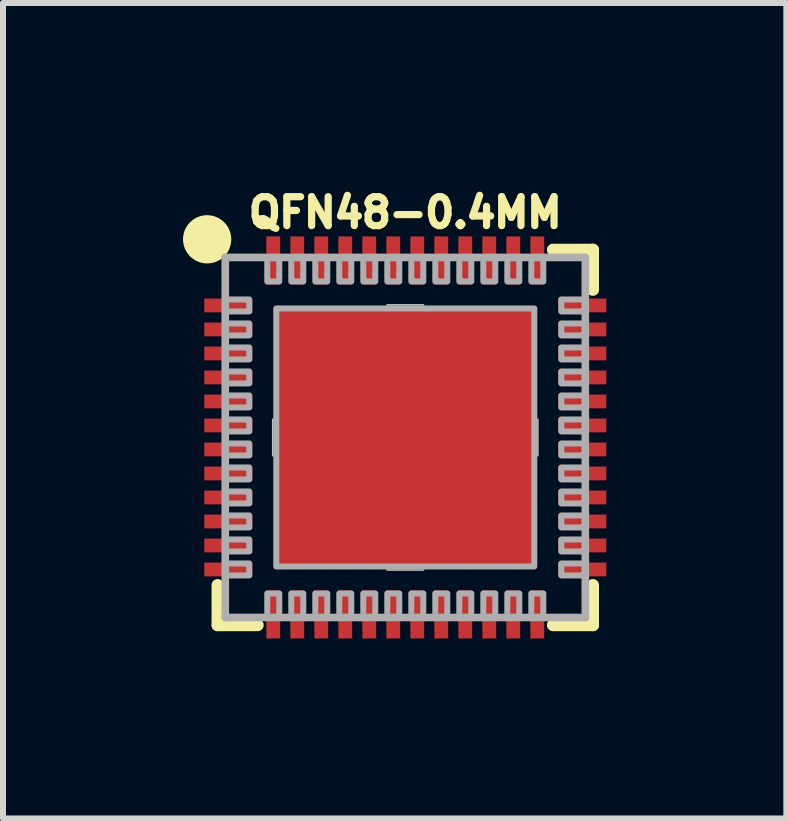
<source format=kicad_pcb>
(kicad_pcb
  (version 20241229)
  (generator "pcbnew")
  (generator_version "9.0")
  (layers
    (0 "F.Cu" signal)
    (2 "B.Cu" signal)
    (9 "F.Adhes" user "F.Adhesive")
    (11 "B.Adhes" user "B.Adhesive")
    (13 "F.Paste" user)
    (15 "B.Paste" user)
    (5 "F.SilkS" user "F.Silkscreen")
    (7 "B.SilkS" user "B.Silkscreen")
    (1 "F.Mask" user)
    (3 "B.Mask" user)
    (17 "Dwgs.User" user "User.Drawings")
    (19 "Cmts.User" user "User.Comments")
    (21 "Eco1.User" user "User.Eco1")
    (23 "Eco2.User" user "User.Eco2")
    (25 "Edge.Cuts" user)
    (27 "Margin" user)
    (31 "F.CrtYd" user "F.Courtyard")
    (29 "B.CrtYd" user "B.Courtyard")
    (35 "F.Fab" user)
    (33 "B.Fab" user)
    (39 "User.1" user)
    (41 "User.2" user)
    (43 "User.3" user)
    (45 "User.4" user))
  (footprint "QFN48-0.4MM"
    (layer "F.Cu")
    (at 3.704 4.24)
    (property "Reference" "QFN48-0.4MM" (at 0 -3.747 0) (layer "F.SilkS") (effects (font (size 0.482 0.482) (thickness 0.15))))
    (attr through_hole)
    (fp_line (start -3.127 2.461) (end -3.127 3.127) (stroke (width 0.203) (type solid)) (layer "F.SilkS"))
    (fp_line (start -3.127 3.127) (end -2.461 3.127) (stroke (width 0.203) (type solid)) (layer "F.SilkS"))
    (fp_line (start 2.461 3.127) (end 3.127 3.127) (stroke (width 0.203) (type solid)) (layer "F.SilkS"))
    (fp_line (start 3.127 -3.127) (end 2.461 -3.127) (stroke (width 0.203) (type solid)) (layer "F.SilkS"))
    (fp_line (start 3.127 -2.461) (end 3.127 -3.127) (stroke (width 0.203) (type solid)) (layer "F.SilkS"))
    (fp_line (start 3.127 3.127) (end 3.127 2.461) (stroke (width 0.203) (type solid)) (layer "F.SilkS"))
    (fp_circle (center -3.302 -3.302) (end -2.9 -3.302) (stroke (width 0) (type solid)) (fill yes) (layer "F.SilkS"))
    (fp_poly (pts (xy -1.84 -1.835) (xy -0.315 -1.835) (xy -0.315 -0.316) (xy -1.84 -0.316)) (stroke (width 0.01) (type solid)) (fill yes) (layer "F.Paste"))
    (fp_poly (pts (xy -1.839 0.315) (xy -0.315 0.315) (xy -0.315 1.839) (xy -1.839 1.839)) (stroke (width 0.01) (type solid)) (fill yes) (layer "F.Paste"))
    (fp_poly (pts (xy 0.315 -1.835) (xy 1.835 -1.835) (xy 1.835 -0.315) (xy 0.315 -0.315)) (stroke (width 0.01) (type solid)) (fill yes) (layer "F.Paste"))
    (fp_poly (pts (xy 0.315 0.315) (xy 1.835 0.315) (xy 1.835 1.839) (xy 0.315 1.839)) (stroke (width 0.01) (type solid)) (fill yes) (layer "F.Paste"))
    (fp_line (start -2.21 0.305) (end -2.21 -0.305) (stroke (width 0.025) (type solid)) (layer "Dwgs.User"))
    (fp_line (start -0.305 -2.21) (end 0.305 -2.21) (stroke (width 0.025) (type solid)) (layer "Dwgs.User"))
    (fp_line (start 0.305 2.21) (end -0.305 2.21) (stroke (width 0.025) (type solid)) (layer "Dwgs.User"))
    (fp_line (start 2.21 -0.305) (end 2.21 0.305) (stroke (width 0.025) (type solid)) (layer "Dwgs.User"))
    (fp_line (start -3 -3) (end -3 3) (stroke (width 0.127) (type solid)) (layer "F.Fab"))
    (fp_line (start -3 3) (end 3 3) (stroke (width 0.127) (type solid)) (layer "F.Fab"))
    (fp_line (start 3 -3) (end -3 -3) (stroke (width 0.127) (type solid)) (layer "F.Fab"))
    (fp_line (start 3 3) (end 3 -3) (stroke (width 0.127) (type solid)) (layer "F.Fab"))
    (fp_poly (pts (xy -3 -2.1) (xy -2.6 -2.1) (xy -2.6 -2.3) (xy -3 -2.3)) (stroke (width 0.1) (type solid)) (fill no) (layer "F.Fab"))
    (fp_poly (pts (xy -3 -1.7) (xy -2.6 -1.7) (xy -2.6 -1.9) (xy -3 -1.9)) (stroke (width 0.1) (type solid)) (fill no) (layer "F.Fab"))
    (fp_poly (pts (xy -3 -1.3) (xy -2.6 -1.3) (xy -2.6 -1.5) (xy -3 -1.5)) (stroke (width 0.1) (type solid)) (fill no) (layer "F.Fab"))
    (fp_poly (pts (xy -3 -0.9) (xy -2.6 -0.9) (xy -2.6 -1.1) (xy -3 -1.1)) (stroke (width 0.1) (type solid)) (fill no) (layer "F.Fab"))
    (fp_poly (pts (xy -3 -0.5) (xy -2.6 -0.5) (xy -2.6 -0.7) (xy -3 -0.7)) (stroke (width 0.1) (type solid)) (fill no) (layer "F.Fab"))
    (fp_poly (pts (xy -3 -0.1) (xy -2.6 -0.1) (xy -2.6 -0.3) (xy -3 -0.3)) (stroke (width 0.1) (type solid)) (fill no) (layer "F.Fab"))
    (fp_poly (pts (xy -3 0.3) (xy -2.6 0.3) (xy -2.6 0.1) (xy -3 0.1)) (stroke (width 0.1) (type solid)) (fill no) (layer "F.Fab"))
    (fp_poly (pts (xy -3 0.7) (xy -2.6 0.7) (xy -2.6 0.5) (xy -3 0.5)) (stroke (width 0.1) (type solid)) (fill no) (layer "F.Fab"))
    (fp_poly (pts (xy -3 1.1) (xy -2.6 1.1) (xy -2.6 0.9) (xy -3 0.9)) (stroke (width 0.1) (type solid)) (fill no) (layer "F.Fab"))
    (fp_poly (pts (xy -3 1.5) (xy -2.6 1.5) (xy -2.6 1.3) (xy -3 1.3)) (stroke (width 0.1) (type solid)) (fill no) (layer "F.Fab"))
    (fp_poly (pts (xy -3 1.9) (xy -2.6 1.9) (xy -2.6 1.7) (xy -3 1.7)) (stroke (width 0.1) (type solid)) (fill no) (layer "F.Fab"))
    (fp_poly (pts (xy -3 2.3) (xy -2.6 2.3) (xy -2.6 2.1) (xy -3 2.1)) (stroke (width 0.1) (type solid)) (fill no) (layer "F.Fab"))
    (fp_poly (pts (xy -2.3 -3) (xy -2.3 -2.6) (xy -2.1 -2.6) (xy -2.1 -3)) (stroke (width 0.1) (type solid)) (fill no) (layer "F.Fab"))
    (fp_poly (pts (xy -2.1 3) (xy -2.1 2.6) (xy -2.3 2.6) (xy -2.3 3)) (stroke (width 0.1) (type solid)) (fill no) (layer "F.Fab"))
    (fp_poly (pts (xy -1.9 -3) (xy -1.9 -2.6) (xy -1.7 -2.6) (xy -1.7 -3)) (stroke (width 0.1) (type solid)) (fill no) (layer "F.Fab"))
    (fp_poly (pts (xy -1.7 3) (xy -1.7 2.6) (xy -1.9 2.6) (xy -1.9 3)) (stroke (width 0.1) (type solid)) (fill no) (layer "F.Fab"))
    (fp_poly (pts (xy -1.5 -3) (xy -1.5 -2.6) (xy -1.3 -2.6) (xy -1.3 -3)) (stroke (width 0.1) (type solid)) (fill no) (layer "F.Fab"))
    (fp_poly (pts (xy -1.3 3) (xy -1.3 2.6) (xy -1.5 2.6) (xy -1.5 3)) (stroke (width 0.1) (type solid)) (fill no) (layer "F.Fab"))
    (fp_poly (pts (xy -1.1 -3) (xy -1.1 -2.6) (xy -0.9 -2.6) (xy -0.9 -3)) (stroke (width 0.1) (type solid)) (fill no) (layer "F.Fab"))
    (fp_poly (pts (xy -0.9 3) (xy -0.9 2.6) (xy -1.1 2.6) (xy -1.1 3)) (stroke (width 0.1) (type solid)) (fill no) (layer "F.Fab"))
    (fp_poly (pts (xy -0.7 -3) (xy -0.7 -2.6) (xy -0.5 -2.6) (xy -0.5 -3)) (stroke (width 0.1) (type solid)) (fill no) (layer "F.Fab"))
    (fp_poly (pts (xy -0.5 3) (xy -0.5 2.6) (xy -0.7 2.6) (xy -0.7 3)) (stroke (width 0.1) (type solid)) (fill no) (layer "F.Fab"))
    (fp_poly (pts (xy -0.3 -3) (xy -0.3 -2.6) (xy -0.1 -2.6) (xy -0.1 -3)) (stroke (width 0.1) (type solid)) (fill no) (layer "F.Fab"))
    (fp_poly (pts (xy -0.1 3) (xy -0.1 2.6) (xy -0.3 2.6) (xy -0.3 3)) (stroke (width 0.1) (type solid)) (fill no) (layer "F.Fab"))
    (fp_poly (pts (xy 0.1 -3) (xy 0.1 -2.6) (xy 0.3 -2.6) (xy 0.3 -3)) (stroke (width 0.1) (type solid)) (fill no) (layer "F.Fab"))
    (fp_poly (pts (xy 0.3 3) (xy 0.3 2.6) (xy 0.1 2.6) (xy 0.1 3)) (stroke (width 0.1) (type solid)) (fill no) (layer "F.Fab"))
    (fp_poly (pts (xy 0.5 -3) (xy 0.5 -2.6) (xy 0.7 -2.6) (xy 0.7 -3)) (stroke (width 0.1) (type solid)) (fill no) (layer "F.Fab"))
    (fp_poly (pts (xy 0.7 3) (xy 0.7 2.6) (xy 0.5 2.6) (xy 0.5 3)) (stroke (width 0.1) (type solid)) (fill no) (layer "F.Fab"))
    (fp_poly (pts (xy 0.9 -3) (xy 0.9 -2.6) (xy 1.1 -2.6) (xy 1.1 -3)) (stroke (width 0.1) (type solid)) (fill no) (layer "F.Fab"))
    (fp_poly (pts (xy 1.1 3) (xy 1.1 2.6) (xy 0.9 2.6) (xy 0.9 3)) (stroke (width 0.1) (type solid)) (fill no) (layer "F.Fab"))
    (fp_poly (pts (xy 1.3 -3) (xy 1.3 -2.6) (xy 1.5 -2.6) (xy 1.5 -3)) (stroke (width 0.1) (type solid)) (fill no) (layer "F.Fab"))
    (fp_poly (pts (xy 1.5 3) (xy 1.5 2.6) (xy 1.3 2.6) (xy 1.3 3)) (stroke (width 0.1) (type solid)) (fill no) (layer "F.Fab"))
    (fp_poly (pts (xy 1.7 -3) (xy 1.7 -2.6) (xy 1.9 -2.6) (xy 1.9 -3)) (stroke (width 0.1) (type solid)) (fill no) (layer "F.Fab"))
    (fp_poly (pts (xy 1.9 3) (xy 1.9 2.6) (xy 1.7 2.6) (xy 1.7 3)) (stroke (width 0.1) (type solid)) (fill no) (layer "F.Fab"))
    (fp_poly (pts (xy 2.1 -3) (xy 2.1 -2.6) (xy 2.3 -2.6) (xy 2.3 -3)) (stroke (width 0.1) (type solid)) (fill no) (layer "F.Fab"))
    (fp_poly (pts (xy 2.15 -2.15) (xy -2.15 -2.15) (xy -2.15 2.15) (xy 2.15 2.15)) (stroke (width 0.1) (type solid)) (fill no) (layer "F.Fab"))
    (fp_poly (pts (xy 2.3 3) (xy 2.3 2.6) (xy 2.1 2.6) (xy 2.1 3)) (stroke (width 0.1) (type solid)) (fill no) (layer "F.Fab"))
    (fp_poly (pts (xy 3 -2.3) (xy 2.6 -2.3) (xy 2.6 -2.1) (xy 3 -2.1)) (stroke (width 0.1) (type solid)) (fill no) (layer "F.Fab"))
    (fp_poly (pts (xy 3 -1.9) (xy 2.6 -1.9) (xy 2.6 -1.7) (xy 3 -1.7)) (stroke (width 0.1) (type solid)) (fill no) (layer "F.Fab"))
    (fp_poly (pts (xy 3 -1.5) (xy 2.6 -1.5) (xy 2.6 -1.3) (xy 3 -1.3)) (stroke (width 0.1) (type solid)) (fill no) (layer "F.Fab"))
    (fp_poly (pts (xy 3 -1.1) (xy 2.6 -1.1) (xy 2.6 -0.9) (xy 3 -0.9)) (stroke (width 0.1) (type solid)) (fill no) (layer "F.Fab"))
    (fp_poly (pts (xy 3 -0.7) (xy 2.6 -0.7) (xy 2.6 -0.5) (xy 3 -0.5)) (stroke (width 0.1) (type solid)) (fill no) (layer "F.Fab"))
    (fp_poly (pts (xy 3 -0.3) (xy 2.6 -0.3) (xy 2.6 -0.1) (xy 3 -0.1)) (stroke (width 0.1) (type solid)) (fill no) (layer "F.Fab"))
    (fp_poly (pts (xy 3 0.1) (xy 2.6 0.1) (xy 2.6 0.3) (xy 3 0.3)) (stroke (width 0.1) (type solid)) (fill no) (layer "F.Fab"))
    (fp_poly (pts (xy 3 0.5) (xy 2.6 0.5) (xy 2.6 0.7) (xy 3 0.7)) (stroke (width 0.1) (type solid)) (fill no) (layer "F.Fab"))
    (fp_poly (pts (xy 3 0.9) (xy 2.6 0.9) (xy 2.6 1.1) (xy 3 1.1)) (stroke (width 0.1) (type solid)) (fill no) (layer "F.Fab"))
    (fp_poly (pts (xy 3 1.3) (xy 2.6 1.3) (xy 2.6 1.5) (xy 3 1.5)) (stroke (width 0.1) (type solid)) (fill no) (layer "F.Fab"))
    (fp_poly (pts (xy 3 1.7) (xy 2.6 1.7) (xy 2.6 1.9) (xy 3 1.9)) (stroke (width 0.1) (type solid)) (fill no) (layer "F.Fab"))
    (fp_poly (pts (xy 3 2.1) (xy 2.6 2.1) (xy 2.6 2.3) (xy 3 2.3)) (stroke (width 0.1) (type solid)) (fill no) (layer "F.Fab"))
    (pad "1" smd rect (at -2.95 -2.2 270) (size 0.23 0.8) (layers "F.Cu" "F.Mask" "F.Paste"))
    (pad "2" smd rect (at -2.95 -1.8 270) (size 0.23 0.8) (layers "F.Cu" "F.Mask" "F.Paste"))
    (pad "3" smd rect (at -2.95 -1.4 270) (size 0.23 0.8) (layers "F.Cu" "F.Mask" "F.Paste"))
    (pad "4" smd rect (at -2.95 -1 270) (size 0.23 0.8) (layers "F.Cu" "F.Mask" "F.Paste"))
    (pad "5" smd rect (at -2.95 -0.6 270) (size 0.23 0.8) (layers "F.Cu" "F.Mask" "F.Paste"))
    (pad "6" smd rect (at -2.95 -0.2 270) (size 0.23 0.8) (layers "F.Cu" "F.Mask" "F.Paste"))
    (pad "7" smd rect (at -2.95 0.2 270) (size 0.23 0.8) (layers "F.Cu" "F.Mask" "F.Paste"))
    (pad "8" smd rect (at -2.95 0.6 270) (size 0.23 0.8) (layers "F.Cu" "F.Mask" "F.Paste"))
    (pad "9" smd rect (at -2.95 1 270) (size 0.23 0.8) (layers "F.Cu" "F.Mask" "F.Paste"))
    (pad "10" smd rect (at -2.95 1.4 270) (size 0.23 0.8) (layers "F.Cu" "F.Mask" "F.Paste"))
    (pad "11" smd rect (at -2.95 1.8 270) (size 0.23 0.8) (layers "F.Cu" "F.Mask" "F.Paste"))
    (pad "12" smd rect (at -2.95 2.2 270) (size 0.23 0.8) (layers "F.Cu" "F.Mask" "F.Paste"))
    (pad "13" smd rect (at -2.2 2.95) (size 0.23 0.8) (layers "F.Cu" "F.Mask" "F.Paste"))
    (pad "14" smd rect (at -1.8 2.95) (size 0.23 0.8) (layers "F.Cu" "F.Mask" "F.Paste"))
    (pad "15" smd rect (at -1.4 2.95) (size 0.23 0.8) (layers "F.Cu" "F.Mask" "F.Paste"))
    (pad "16" smd rect (at -1 2.95) (size 0.23 0.8) (layers "F.Cu" "F.Mask" "F.Paste"))
    (pad "17" smd rect (at -0.6 2.95) (size 0.23 0.8) (layers "F.Cu" "F.Mask" "F.Paste"))
    (pad "18" smd rect (at -0.2 2.95) (size 0.23 0.8) (layers "F.Cu" "F.Mask" "F.Paste"))
    (pad "19" smd rect (at 0.2 2.95) (size 0.23 0.8) (layers "F.Cu" "F.Mask" "F.Paste"))
    (pad "20" smd rect (at 0.6 2.95) (size 0.23 0.8) (layers "F.Cu" "F.Mask" "F.Paste"))
    (pad "21" smd rect (at 1 2.95) (size 0.23 0.8) (layers "F.Cu" "F.Mask" "F.Paste"))
    (pad "22" smd rect (at 1.4 2.95) (size 0.23 0.8) (layers "F.Cu" "F.Mask" "F.Paste"))
    (pad "23" smd rect (at 1.8 2.95) (size 0.23 0.8) (layers "F.Cu" "F.Mask" "F.Paste"))
    (pad "24" smd rect (at 2.2 2.95) (size 0.23 0.8) (layers "F.Cu" "F.Mask" "F.Paste"))
    (pad "25" smd rect (at 2.95 2.2 90) (size 0.23 0.8) (layers "F.Cu" "F.Mask" "F.Paste"))
    (pad "26" smd rect (at 2.95 1.8 90) (size 0.23 0.8) (layers "F.Cu" "F.Mask" "F.Paste"))
    (pad "27" smd rect (at 2.95 1.4 90) (size 0.23 0.8) (layers "F.Cu" "F.Mask" "F.Paste"))
    (pad "28" smd rect (at 2.95 1 90) (size 0.23 0.8) (layers "F.Cu" "F.Mask" "F.Paste"))
    (pad "29" smd rect (at 2.95 0.6 90) (size 0.23 0.8) (layers "F.Cu" "F.Mask" "F.Paste"))
    (pad "30" smd rect (at 2.95 0.2 90) (size 0.23 0.8) (layers "F.Cu" "F.Mask" "F.Paste"))
    (pad "31" smd rect (at 2.95 -0.2 90) (size 0.23 0.8) (layers "F.Cu" "F.Mask" "F.Paste"))
    (pad "32" smd rect (at 2.95 -0.6 90) (size 0.23 0.8) (layers "F.Cu" "F.Mask" "F.Paste"))
    (pad "33" smd rect (at 2.95 -1 90) (size 0.23 0.8) (layers "F.Cu" "F.Mask" "F.Paste"))
    (pad "34" smd rect (at 2.95 -1.4 90) (size 0.23 0.8) (layers "F.Cu" "F.Mask" "F.Paste"))
    (pad "35" smd rect (at 2.95 -1.8 90) (size 0.23 0.8) (layers "F.Cu" "F.Mask" "F.Paste"))
    (pad "36" smd rect (at 2.95 -2.2 90) (size 0.23 0.8) (layers "F.Cu" "F.Mask" "F.Paste"))
    (pad "37" smd rect (at 2.2 -2.95 180) (size 0.23 0.8) (layers "F.Cu" "F.Mask" "F.Paste"))
    (pad "38" smd rect (at 1.8 -2.95 180) (size 0.23 0.8) (layers "F.Cu" "F.Mask" "F.Paste"))
    (pad "39" smd rect (at 1.4 -2.95 180) (size 0.23 0.8) (layers "F.Cu" "F.Mask" "F.Paste"))
    (pad "40" smd rect (at 1 -2.95 180) (size 0.23 0.8) (layers "F.Cu" "F.Mask" "F.Paste"))
    (pad "41" smd rect (at 0.6 -2.95 180) (size 0.23 0.8) (layers "F.Cu" "F.Mask" "F.Paste"))
    (pad "42" smd rect (at 0.2 -2.95 180) (size 0.23 0.8) (layers "F.Cu" "F.Mask" "F.Paste"))
    (pad "43" smd rect (at -0.2 -2.95 180) (size 0.23 0.8) (layers "F.Cu" "F.Mask" "F.Paste"))
    (pad "44" smd rect (at -0.6 -2.95 180) (size 0.23 0.8) (layers "F.Cu" "F.Mask" "F.Paste"))
    (pad "45" smd rect (at -1 -2.95 180) (size 0.23 0.8) (layers "F.Cu" "F.Mask" "F.Paste"))
    (pad "46" smd rect (at -1.4 -2.95 180) (size 0.23 0.8) (layers "F.Cu" "F.Mask" "F.Paste"))
    (pad "47" smd rect (at -1.8 -2.95 180) (size 0.23 0.8) (layers "F.Cu" "F.Mask" "F.Paste"))
    (pad "48" smd rect (at -2.2 -2.95 180) (size 0.23 0.8) (layers "F.Cu" "F.Mask" "F.Paste"))
    (pad "EP" smd rect (at 0 0) (size 4.3 4.3) (layers "F.Cu" "F.Mask")))
  (gr_rect
    (start -3 -3)
    (end 10.054 10.59)
    (stroke (width 0.1) (type default))
    (fill no)
    (layer "Edge.Cuts")))
</source>
